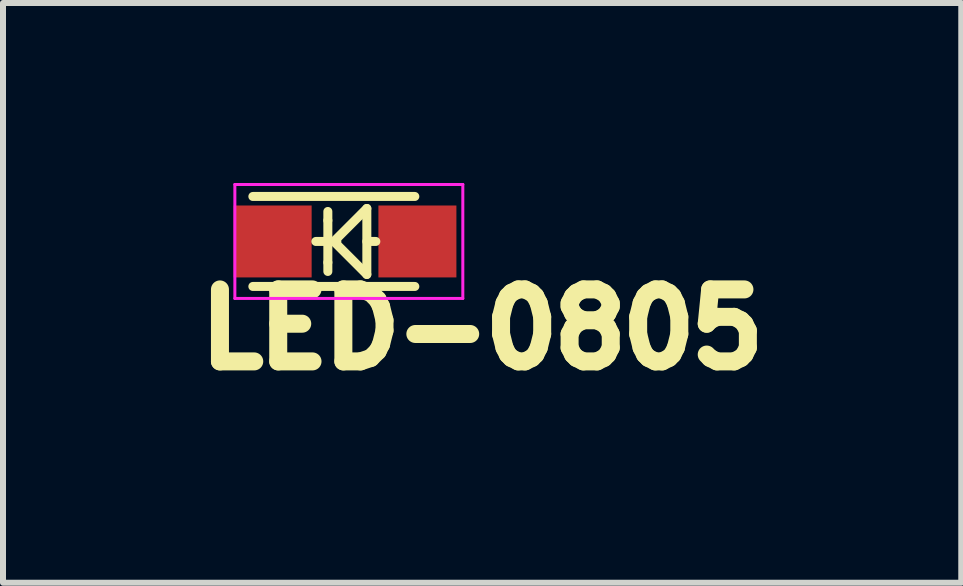
<source format=kicad_pcb>
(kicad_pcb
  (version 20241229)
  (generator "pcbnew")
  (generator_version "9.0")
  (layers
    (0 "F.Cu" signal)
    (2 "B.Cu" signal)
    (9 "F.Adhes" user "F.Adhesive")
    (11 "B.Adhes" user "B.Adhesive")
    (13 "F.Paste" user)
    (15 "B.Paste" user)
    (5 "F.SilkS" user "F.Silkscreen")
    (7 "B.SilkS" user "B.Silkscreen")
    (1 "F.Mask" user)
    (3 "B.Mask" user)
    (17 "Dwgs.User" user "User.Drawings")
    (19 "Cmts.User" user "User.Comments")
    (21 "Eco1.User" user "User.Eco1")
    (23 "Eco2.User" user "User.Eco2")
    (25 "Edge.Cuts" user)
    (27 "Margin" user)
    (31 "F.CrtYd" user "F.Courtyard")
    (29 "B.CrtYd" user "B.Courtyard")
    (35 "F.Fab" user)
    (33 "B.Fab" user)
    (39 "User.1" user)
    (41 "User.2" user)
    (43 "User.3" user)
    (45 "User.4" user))
  (footprint "LED-0805"
    (layer "F.Cu")
    (at 2.765 0.975)
    (property "Reference" "LED-0805" (at 2.223 1.46 0) (layer "F.SilkS") (effects (font (size 1.2 1.2) (thickness 0.3))))
    (attr smd)
    (fp_line (start -1.6 -0.75) (end 1.1 -0.75) (stroke (width 0.15) (type solid)) (layer "F.SilkS"))
    (fp_line (start -1.6 0.75) (end 1.1 0.75) (stroke (width 0.15) (type solid)) (layer "F.SilkS"))
    (fp_line (start -0.55 0) (end -0.2 0) (stroke (width 0.15) (type solid)) (layer "F.SilkS"))
    (fp_line (start -0.35 -0.35) (end -0.35 -0.5) (stroke (width 0.15) (type solid)) (layer "F.SilkS"))
    (fp_line (start -0.35 -0.35) (end -0.35 0.35) (stroke (width 0.15) (type solid)) (layer "F.SilkS"))
    (fp_line (start -0.35 0.35) (end -0.35 0.5) (stroke (width 0.15) (type solid)) (layer "F.SilkS"))
    (fp_line (start -0.25 0) (end 0.3 -0.55) (stroke (width 0.15) (type solid)) (layer "F.SilkS"))
    (fp_line (start 0.3 -0.55) (end 0.3 0.55) (stroke (width 0.15) (type solid)) (layer "F.SilkS"))
    (fp_line (start 0.3 0) (end 0.45 0) (stroke (width 0.15) (type solid)) (layer "F.SilkS"))
    (fp_line (start 0.3 0.55) (end -0.25 0) (stroke (width 0.15) (type solid)) (layer "F.SilkS"))
    (fp_line (start -1.9 -0.95) (end 1.9 -0.95) (stroke (width 0.05) (type solid)) (layer "F.CrtYd"))
    (fp_line (start -1.9 0.95) (end -1.9 -0.95) (stroke (width 0.05) (type solid)) (layer "F.CrtYd"))
    (fp_line (start 1.9 -0.95) (end 1.9 0.95) (stroke (width 0.05) (type solid)) (layer "F.CrtYd"))
    (fp_line (start 1.9 0.95) (end -1.9 0.95) (stroke (width 0.05) (type solid)) (layer "F.CrtYd"))
    (pad "1" smd rect (at -1.27 0 180) (size 1.3 1.199) (layers "F.Cu" "F.Mask" "F.Paste"))
    (pad "2" smd rect (at 1.143 0 180) (size 1.3 1.199) (layers "F.Cu" "F.Mask" "F.Paste")))
  (gr_rect
    (start -3 -3)
    (end 12.974 6.664)
    (stroke (width 0.1) (type default))
    (fill no)
    (layer "Edge.Cuts")))
</source>
